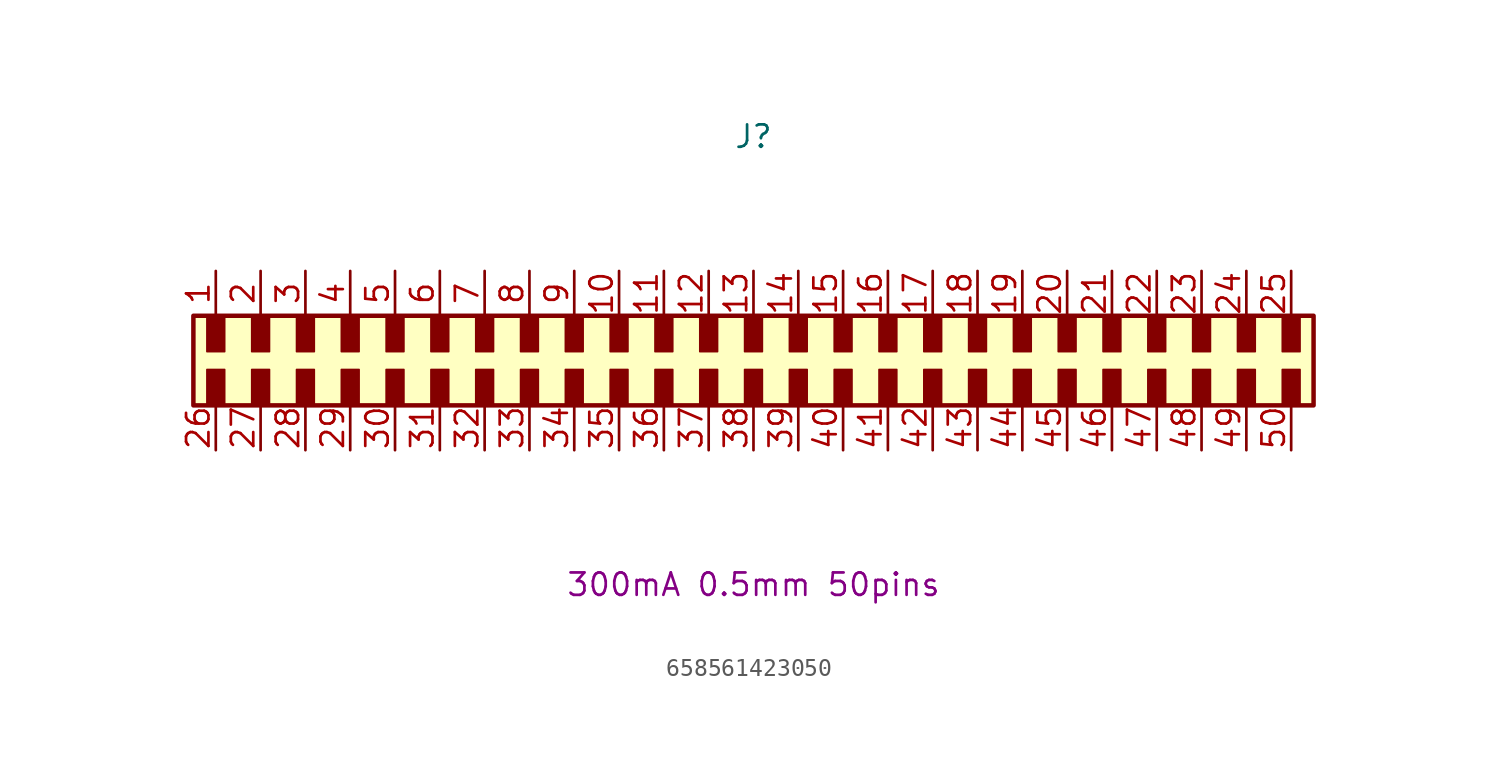
<source format=kicad_sym>
(kicad_symbol_lib
  (version 20241209)
  (generator "kicad_symbol_editor")
  (generator_version "9.0")
  (symbol "658561423050"
    (pin_names
      (hide yes))
    (property "Reference" "J"
      (at 0 12.7 0)
      (effects (font (size 1.27 1.27))))
    (property "Critical Parameter" "300mA 0.5mm 50pins"
      (at 0 -12.7 0)
      (effects (font (size 1.27 1.27))))
    (symbol "658561423050_0_1"
      (rectangle (start -31.75 2.54) (end 31.75 -2.54) (stroke (width 0.254) (type default)) (fill (type background)))
      (rectangle (start -30.98 0.508) (end -29.98 2.54) (stroke (width 0.1) (type default)) (fill (type outline)))
      (rectangle (start -30.98 -0.508) (end -29.98 -2.54) (stroke (width 0.1) (type default)) (fill (type outline)))
      (rectangle (start -28.44 0.508) (end -27.44 2.54) (stroke (width 0.1) (type default)) (fill (type outline)))
      (rectangle (start -28.44 -0.508) (end -27.44 -2.54) (stroke (width 0.1) (type default)) (fill (type outline)))
      (rectangle (start -25.9 0.508) (end -24.9 2.54) (stroke (width 0.1) (type default)) (fill (type outline)))
      (rectangle (start -25.9 -0.508) (end -24.9 -2.54) (stroke (width 0.1) (type default)) (fill (type outline)))
      (rectangle (start -23.36 0.508) (end -22.36 2.54) (stroke (width 0.1) (type default)) (fill (type outline)))
      (rectangle (start -23.36 -0.508) (end -22.36 -2.54) (stroke (width 0.1) (type default)) (fill (type outline)))
      (rectangle (start -20.82 0.508) (end -19.82 2.54) (stroke (width 0.1) (type default)) (fill (type outline)))
      (rectangle (start -20.82 -0.508) (end -19.82 -2.54) (stroke (width 0.1) (type default)) (fill (type outline)))
      (rectangle (start -18.28 0.508) (end -17.28 2.54) (stroke (width 0.1) (type default)) (fill (type outline)))
      (rectangle (start -18.28 -0.508) (end -17.28 -2.54) (stroke (width 0.1) (type default)) (fill (type outline)))
      (rectangle (start -15.74 0.508) (end -14.74 2.54) (stroke (width 0.1) (type default)) (fill (type outline)))
      (rectangle (start -15.74 -0.508) (end -14.74 -2.54) (stroke (width 0.1) (type default)) (fill (type outline)))
      (rectangle (start -13.2 0.508) (end -12.2 2.54) (stroke (width 0.1) (type default)) (fill (type outline)))
      (rectangle (start -13.2 -0.508) (end -12.2 -2.54) (stroke (width 0.1) (type default)) (fill (type outline)))
      (rectangle (start -10.66 0.508) (end -9.66 2.54) (stroke (width 0.1) (type default)) (fill (type outline)))
      (rectangle (start -10.66 -0.508) (end -9.66 -2.54) (stroke (width 0.1) (type default)) (fill (type outline)))
      (rectangle (start -8.12 0.508) (end -7.12 2.54) (stroke (width 0.1) (type default)) (fill (type outline)))
      (rectangle (start -8.12 -0.508) (end -7.12 -2.54) (stroke (width 0.1) (type default)) (fill (type outline)))
      (rectangle (start -5.58 0.508) (end -4.58 2.54) (stroke (width 0.1) (type default)) (fill (type outline)))
      (rectangle (start -5.58 -0.508) (end -4.58 -2.54) (stroke (width 0.1) (type default)) (fill (type outline)))
      (rectangle (start -3.04 0.508) (end -2.04 2.54) (stroke (width 0.1) (type default)) (fill (type outline)))
      (rectangle (start -3.04 -0.508) (end -2.04 -2.54) (stroke (width 0.1) (type default)) (fill (type outline)))
      (rectangle (start -0.5 0.508) (end 0.5 2.54) (stroke (width 0.1) (type default)) (fill (type outline)))
      (rectangle (start -0.5 -0.508) (end 0.5 -2.54) (stroke (width 0.1) (type default)) (fill (type outline)))
      (rectangle (start 2.04 0.508) (end 3.04 2.54) (stroke (width 0.1) (type default)) (fill (type outline)))
      (rectangle (start 2.04 -0.508) (end 3.04 -2.54) (stroke (width 0.1) (type default)) (fill (type outline)))
      (rectangle (start 4.58 0.508) (end 5.58 2.54) (stroke (width 0.1) (type default)) (fill (type outline)))
      (rectangle (start 4.58 -0.508) (end 5.58 -2.54) (stroke (width 0.1) (type default)) (fill (type outline)))
      (rectangle (start 7.12 0.508) (end 8.12 2.54) (stroke (width 0.1) (type default)) (fill (type outline)))
      (rectangle (start 7.12 -0.508) (end 8.12 -2.54) (stroke (width 0.1) (type default)) (fill (type outline)))
      (rectangle (start 9.66 0.508) (end 10.66 2.54) (stroke (width 0.1) (type default)) (fill (type outline)))
      (rectangle (start 9.66 -0.508) (end 10.66 -2.54) (stroke (width 0.1) (type default)) (fill (type outline)))
      (rectangle (start 12.2 0.508) (end 13.2 2.54) (stroke (width 0.1) (type default)) (fill (type outline)))
      (rectangle (start 12.2 -0.508) (end 13.2 -2.54) (stroke (width 0.1) (type default)) (fill (type outline)))
      (rectangle (start 14.74 0.508) (end 15.74 2.54) (stroke (width 0.1) (type default)) (fill (type outline)))
      (rectangle (start 14.74 -0.508) (end 15.74 -2.54) (stroke (width 0.1) (type default)) (fill (type outline)))
      (rectangle (start 17.28 0.508) (end 18.28 2.54) (stroke (width 0.1) (type default)) (fill (type outline)))
      (rectangle (start 17.28 -0.508) (end 18.28 -2.54) (stroke (width 0.1) (type default)) (fill (type outline)))
      (rectangle (start 19.82 0.508) (end 20.82 2.54) (stroke (width 0.1) (type default)) (fill (type outline)))
      (rectangle (start 19.82 -0.508) (end 20.82 -2.54) (stroke (width 0.1) (type default)) (fill (type outline)))
      (rectangle (start 22.36 0.508) (end 23.36 2.54) (stroke (width 0.1) (type default)) (fill (type outline)))
      (rectangle (start 22.36 -0.508) (end 23.36 -2.54) (stroke (width 0.1) (type default)) (fill (type outline)))
      (rectangle (start 24.9 0.508) (end 25.9 2.54) (stroke (width 0.1) (type default)) (fill (type outline)))
      (rectangle (start 24.9 -0.508) (end 25.9 -2.54) (stroke (width 0.1) (type default)) (fill (type outline)))
      (rectangle (start 27.44 0.508) (end 28.44 2.54) (stroke (width 0.1) (type default)) (fill (type outline)))
      (rectangle (start 27.44 -0.508) (end 28.44 -2.54) (stroke (width 0.1) (type default)) (fill (type outline)))
      (rectangle (start 29.98 0.508) (end 30.98 2.54) (stroke (width 0.1) (type default)) (fill (type outline)))
      (rectangle (start 29.98 -0.508) (end 30.98 -2.54) (stroke (width 0.1) (type default)) (fill (type outline))))
    (symbol "658561423050_1_1"
      (pin passive line (at -30.48 5.08 270) (length 2.54) (name "1" (effects (font (size 1.27 1.27)))) (number "1" (effects (font (size 1.27 1.27)))))
      (pin passive line (at -30.48 -5.08 90) (length 2.54) (name "26" (effects (font (size 1.27 1.27)))) (number "26" (effects (font (size 1.27 1.27)))))
      (pin passive line (at -27.94 5.08 270) (length 2.54) (name "2" (effects (font (size 1.27 1.27)))) (number "2" (effects (font (size 1.27 1.27)))))
      (pin passive line (at -27.94 -5.08 90) (length 2.54) (name "27" (effects (font (size 1.27 1.27)))) (number "27" (effects (font (size 1.27 1.27)))))
      (pin passive line (at -25.4 5.08 270) (length 2.54) (name "3" (effects (font (size 1.27 1.27)))) (number "3" (effects (font (size 1.27 1.27)))))
      (pin passive line (at -25.4 -5.08 90) (length 2.54) (name "28" (effects (font (size 1.27 1.27)))) (number "28" (effects (font (size 1.27 1.27)))))
      (pin passive line (at -22.86 5.08 270) (length 2.54) (name "4" (effects (font (size 1.27 1.27)))) (number "4" (effects (font (size 1.27 1.27)))))
      (pin passive line (at -22.86 -5.08 90) (length 2.54) (name "29" (effects (font (size 1.27 1.27)))) (number "29" (effects (font (size 1.27 1.27)))))
      (pin passive line (at -20.32 5.08 270) (length 2.54) (name "5" (effects (font (size 1.27 1.27)))) (number "5" (effects (font (size 1.27 1.27)))))
      (pin passive line (at -20.32 -5.08 90) (length 2.54) (name "30" (effects (font (size 1.27 1.27)))) (number "30" (effects (font (size 1.27 1.27)))))
      (pin passive line (at -17.78 5.08 270) (length 2.54) (name "6" (effects (font (size 1.27 1.27)))) (number "6" (effects (font (size 1.27 1.27)))))
      (pin passive line (at -17.78 -5.08 90) (length 2.54) (name "31" (effects (font (size 1.27 1.27)))) (number "31" (effects (font (size 1.27 1.27)))))
      (pin passive line (at -15.24 5.08 270) (length 2.54) (name "7" (effects (font (size 1.27 1.27)))) (number "7" (effects (font (size 1.27 1.27)))))
      (pin passive line (at -15.24 -5.08 90) (length 2.54) (name "32" (effects (font (size 1.27 1.27)))) (number "32" (effects (font (size 1.27 1.27)))))
      (pin passive line (at -12.7 5.08 270) (length 2.54) (name "8" (effects (font (size 1.27 1.27)))) (number "8" (effects (font (size 1.27 1.27)))))
      (pin passive line (at -12.7 -5.08 90) (length 2.54) (name "33" (effects (font (size 1.27 1.27)))) (number "33" (effects (font (size 1.27 1.27)))))
      (pin passive line (at -10.16 5.08 270) (length 2.54) (name "9" (effects (font (size 1.27 1.27)))) (number "9" (effects (font (size 1.27 1.27)))))
      (pin passive line (at -10.16 -5.08 90) (length 2.54) (name "34" (effects (font (size 1.27 1.27)))) (number "34" (effects (font (size 1.27 1.27)))))
      (pin passive line (at -7.62 5.08 270) (length 2.54) (name "10" (effects (font (size 1.27 1.27)))) (number "10" (effects (font (size 1.27 1.27)))))
      (pin passive line (at -7.62 -5.08 90) (length 2.54) (name "35" (effects (font (size 1.27 1.27)))) (number "35" (effects (font (size 1.27 1.27)))))
      (pin passive line (at -5.08 5.08 270) (length 2.54) (name "11" (effects (font (size 1.27 1.27)))) (number "11" (effects (font (size 1.27 1.27)))))
      (pin passive line (at -5.08 -5.08 90) (length 2.54) (name "36" (effects (font (size 1.27 1.27)))) (number "36" (effects (font (size 1.27 1.27)))))
      (pin passive line (at -2.54 5.08 270) (length 2.54) (name "12" (effects (font (size 1.27 1.27)))) (number "12" (effects (font (size 1.27 1.27)))))
      (pin passive line (at -2.54 -5.08 90) (length 2.54) (name "37" (effects (font (size 1.27 1.27)))) (number "37" (effects (font (size 1.27 1.27)))))
      (pin passive line (at 0 5.08 270) (length 2.54) (name "13" (effects (font (size 1.27 1.27)))) (number "13" (effects (font (size 1.27 1.27)))))
      (pin passive line (at 0 -5.08 90) (length 2.54) (name "38" (effects (font (size 1.27 1.27)))) (number "38" (effects (font (size 1.27 1.27)))))
      (pin passive line (at 2.54 5.08 270) (length 2.54) (name "14" (effects (font (size 1.27 1.27)))) (number "14" (effects (font (size 1.27 1.27)))))
      (pin passive line (at 2.54 -5.08 90) (length 2.54) (name "39" (effects (font (size 1.27 1.27)))) (number "39" (effects (font (size 1.27 1.27)))))
      (pin passive line (at 5.08 5.08 270) (length 2.54) (name "15" (effects (font (size 1.27 1.27)))) (number "15" (effects (font (size 1.27 1.27)))))
      (pin passive line (at 5.08 -5.08 90) (length 2.54) (name "40" (effects (font (size 1.27 1.27)))) (number "40" (effects (font (size 1.27 1.27)))))
      (pin passive line (at 7.62 5.08 270) (length 2.54) (name "16" (effects (font (size 1.27 1.27)))) (number "16" (effects (font (size 1.27 1.27)))))
      (pin passive line (at 7.62 -5.08 90) (length 2.54) (name "41" (effects (font (size 1.27 1.27)))) (number "41" (effects (font (size 1.27 1.27)))))
      (pin passive line (at 10.16 5.08 270) (length 2.54) (name "17" (effects (font (size 1.27 1.27)))) (number "17" (effects (font (size 1.27 1.27)))))
      (pin passive line (at 10.16 -5.08 90) (length 2.54) (name "42" (effects (font (size 1.27 1.27)))) (number "42" (effects (font (size 1.27 1.27)))))
      (pin passive line (at 12.7 5.08 270) (length 2.54) (name "18" (effects (font (size 1.27 1.27)))) (number "18" (effects (font (size 1.27 1.27)))))
      (pin passive line (at 12.7 -5.08 90) (length 2.54) (name "43" (effects (font (size 1.27 1.27)))) (number "43" (effects (font (size 1.27 1.27)))))
      (pin passive line (at 15.24 5.08 270) (length 2.54) (name "19" (effects (font (size 1.27 1.27)))) (number "19" (effects (font (size 1.27 1.27)))))
      (pin passive line (at 15.24 -5.08 90) (length 2.54) (name "44" (effects (font (size 1.27 1.27)))) (number "44" (effects (font (size 1.27 1.27)))))
      (pin passive line (at 17.78 5.08 270) (length 2.54) (name "20" (effects (font (size 1.27 1.27)))) (number "20" (effects (font (size 1.27 1.27)))))
      (pin passive line (at 17.78 -5.08 90) (length 2.54) (name "45" (effects (font (size 1.27 1.27)))) (number "45" (effects (font (size 1.27 1.27)))))
      (pin passive line (at 20.32 5.08 270) (length 2.54) (name "21" (effects (font (size 1.27 1.27)))) (number "21" (effects (font (size 1.27 1.27)))))
      (pin passive line (at 20.32 -5.08 90) (length 2.54) (name "46" (effects (font (size 1.27 1.27)))) (number "46" (effects (font (size 1.27 1.27)))))
      (pin passive line (at 22.86 5.08 270) (length 2.54) (name "22" (effects (font (size 1.27 1.27)))) (number "22" (effects (font (size 1.27 1.27)))))
      (pin passive line (at 22.86 -5.08 90) (length 2.54) (name "47" (effects (font (size 1.27 1.27)))) (number "47" (effects (font (size 1.27 1.27)))))
      (pin passive line (at 25.4 5.08 270) (length 2.54) (name "23" (effects (font (size 1.27 1.27)))) (number "23" (effects (font (size 1.27 1.27)))))
      (pin passive line (at 25.4 -5.08 90) (length 2.54) (name "48" (effects (font (size 1.27 1.27)))) (number "48" (effects (font (size 1.27 1.27)))))
      (pin passive line (at 27.94 5.08 270) (length 2.54) (name "24" (effects (font (size 1.27 1.27)))) (number "24" (effects (font (size 1.27 1.27)))))
      (pin passive line (at 27.94 -5.08 90) (length 2.54) (name "49" (effects (font (size 1.27 1.27)))) (number "49" (effects (font (size 1.27 1.27)))))
      (pin passive line (at 30.48 5.08 270) (length 2.54) (name "25" (effects (font (size 1.27 1.27)))) (number "25" (effects (font (size 1.27 1.27)))))
      (pin passive line (at 30.48 -5.08 90) (length 2.54) (name "50" (effects (font (size 1.27 1.27)))) (number "50" (effects (font (size 1.27 1.27))))))))
</source>
